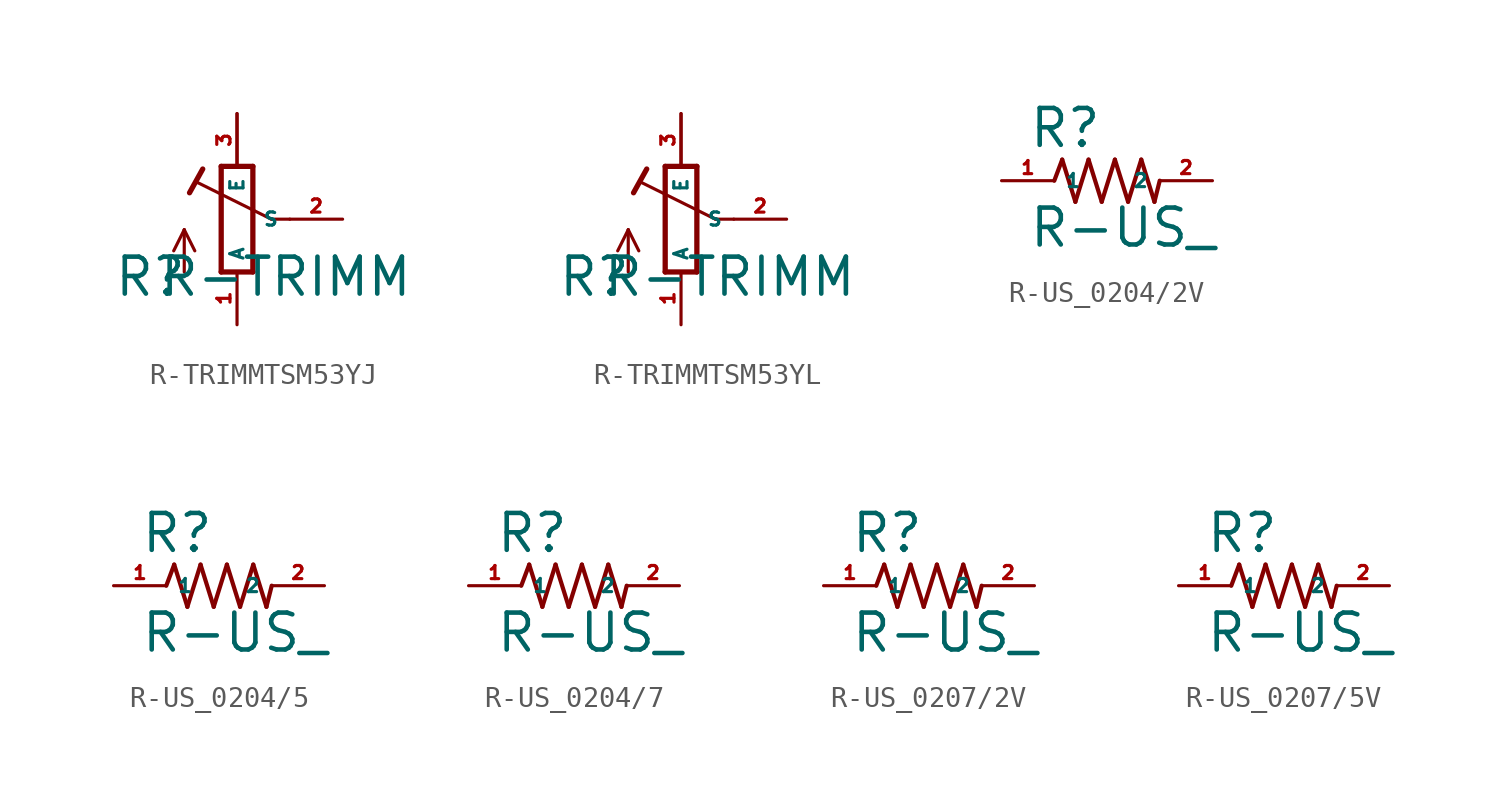
<source format=kicad_sym>
(kicad_symbol_lib
  (version 20220914)
  (generator Eagle2Kicad)
  (symbol "R-TRIMMTSM53YJ"
    (property "Reference" "R"
      (at -5.969 -3.81 0)
      (effects (font (size 1.778 1.778) (thickness 0.22)) (justify left bottom)))
    (property "Value" "R-TRIMM"
      (at -3.81 -3.81 0)
      (effects (font (size 1.778 1.778) (thickness 0.22)) (justify left bottom)))
    (polyline
      (pts (xy 0.762 2.54) (xy 0 2.54))
      (stroke (width 0.254) (type default))
      (fill (type none)))
    (polyline
      (pts (xy -0.762 2.54) (xy -0.762 -2.54))
      (stroke (width 0.254) (type default))
      (fill (type none)))
    (polyline
      (pts (xy 0.762 -2.54) (xy 0.762 2.54))
      (stroke (width 0.254) (type default))
      (fill (type none)))
    (polyline
      (pts (xy 2.54 0) (xy 1.651 0))
      (stroke (width 0.152) (type default))
      (fill (type none)))
    (polyline
      (pts (xy 1.651 0) (xy -1.88 1.753))
      (stroke (width 0.152) (type default))
      (fill (type none)))
    (polyline
      (pts (xy 0 2.54) (xy 0 5.08))
      (stroke (width 0.152) (type default))
      (fill (type none)))
    (polyline
      (pts (xy 0 2.54) (xy -0.762 2.54))
      (stroke (width 0.254) (type default))
      (fill (type none)))
    (polyline
      (pts (xy -0.762 -2.54) (xy 0.762 -2.54))
      (stroke (width 0.254) (type default))
      (fill (type none)))
    (polyline
      (pts (xy -2.286 1.27) (xy -1.651 2.413))
      (stroke (width 0.254) (type default))
      (fill (type none)))
    (polyline
      (pts (xy -2.54 -2.54) (xy -2.54 -0.508))
      (stroke (width 0.152) (type default))
      (fill (type none)))
    (polyline
      (pts (xy -2.54 -0.508) (xy -3.048 -1.524))
      (stroke (width 0.152) (type default))
      (fill (type none)))
    (polyline
      (pts (xy -2.54 -0.508) (xy -2.032 -1.524))
      (stroke (width 0.152) (type default))
      (fill (type none)))
    (pin passive line
      (at 0 -5.08 90)
      (length 2.54)
      (name "A" (effects (font (size 0.635 0.635) (thickness 0.08)) (justify left bottom)))
      (number "1" (effects (font (size 0.635 0.635) (thickness 0.08)) (justify left bottom))))
    (pin passive line
      (at 0 5.08 270)
      (length 2.54)
      (name "E" (effects (font (size 0.635 0.635) (thickness 0.08)) (justify left bottom)))
      (number "3" (effects (font (size 0.635 0.635) (thickness 0.08)) (justify left bottom))))
    (pin passive line
      (at 5.08 0 180)
      (length 2.54)
      (name "S" (effects (font (size 0.635 0.635) (thickness 0.08)) (justify left bottom)))
      (number "2" (effects (font (size 0.635 0.635) (thickness 0.08)) (justify left bottom)))))
  (symbol "R-TRIMMTSM53YL"
    (property "Reference" "R"
      (at -5.969 -3.81 0)
      (effects (font (size 1.778 1.778) (thickness 0.22)) (justify left bottom)))
    (property "Value" "R-TRIMM"
      (at -3.81 -3.81 0)
      (effects (font (size 1.778 1.778) (thickness 0.22)) (justify left bottom)))
    (polyline
      (pts (xy 0.762 2.54) (xy 0 2.54))
      (stroke (width 0.254) (type default))
      (fill (type none)))
    (polyline
      (pts (xy -0.762 2.54) (xy -0.762 -2.54))
      (stroke (width 0.254) (type default))
      (fill (type none)))
    (polyline
      (pts (xy 0.762 -2.54) (xy 0.762 2.54))
      (stroke (width 0.254) (type default))
      (fill (type none)))
    (polyline
      (pts (xy 2.54 0) (xy 1.651 0))
      (stroke (width 0.152) (type default))
      (fill (type none)))
    (polyline
      (pts (xy 1.651 0) (xy -1.88 1.753))
      (stroke (width 0.152) (type default))
      (fill (type none)))
    (polyline
      (pts (xy 0 2.54) (xy 0 5.08))
      (stroke (width 0.152) (type default))
      (fill (type none)))
    (polyline
      (pts (xy 0 2.54) (xy -0.762 2.54))
      (stroke (width 0.254) (type default))
      (fill (type none)))
    (polyline
      (pts (xy -0.762 -2.54) (xy 0.762 -2.54))
      (stroke (width 0.254) (type default))
      (fill (type none)))
    (polyline
      (pts (xy -2.286 1.27) (xy -1.651 2.413))
      (stroke (width 0.254) (type default))
      (fill (type none)))
    (polyline
      (pts (xy -2.54 -2.54) (xy -2.54 -0.508))
      (stroke (width 0.152) (type default))
      (fill (type none)))
    (polyline
      (pts (xy -2.54 -0.508) (xy -3.048 -1.524))
      (stroke (width 0.152) (type default))
      (fill (type none)))
    (polyline
      (pts (xy -2.54 -0.508) (xy -2.032 -1.524))
      (stroke (width 0.152) (type default))
      (fill (type none)))
    (pin passive line
      (at 0 -5.08 90)
      (length 2.54)
      (name "A" (effects (font (size 0.635 0.635) (thickness 0.08)) (justify left bottom)))
      (number "1" (effects (font (size 0.635 0.635) (thickness 0.08)) (justify left bottom))))
    (pin passive line
      (at 0 5.08 270)
      (length 2.54)
      (name "E" (effects (font (size 0.635 0.635) (thickness 0.08)) (justify left bottom)))
      (number "3" (effects (font (size 0.635 0.635) (thickness 0.08)) (justify left bottom))))
    (pin passive line
      (at 5.08 0 180)
      (length 2.54)
      (name "S" (effects (font (size 0.635 0.635) (thickness 0.08)) (justify left bottom)))
      (number "2" (effects (font (size 0.635 0.635) (thickness 0.08)) (justify left bottom)))))
  (symbol "R-US_0204/2V"
    (property "Reference" "R"
      (at -3.81 1.499 0)
      (effects (font (size 1.778 1.778) (thickness 0.22)) (justify left bottom)))
    (property "Value" "R-US_"
      (at -3.81 -3.302 0)
      (effects (font (size 1.778 1.778) (thickness 0.22)) (justify left bottom)))
    (polyline
      (pts (xy -2.54 0) (xy -2.159 1.016))
      (stroke (width 0.203) (type default))
      (fill (type none)))
    (polyline
      (pts (xy -2.159 1.016) (xy -1.524 -1.016))
      (stroke (width 0.203) (type default))
      (fill (type none)))
    (polyline
      (pts (xy -1.524 -1.016) (xy -0.889 1.016))
      (stroke (width 0.203) (type default))
      (fill (type none)))
    (polyline
      (pts (xy -0.889 1.016) (xy -0.254 -1.016))
      (stroke (width 0.203) (type default))
      (fill (type none)))
    (polyline
      (pts (xy -0.254 -1.016) (xy 0.381 1.016))
      (stroke (width 0.203) (type default))
      (fill (type none)))
    (polyline
      (pts (xy 0.381 1.016) (xy 1.016 -1.016))
      (stroke (width 0.203) (type default))
      (fill (type none)))
    (polyline
      (pts (xy 1.016 -1.016) (xy 1.651 1.016))
      (stroke (width 0.203) (type default))
      (fill (type none)))
    (polyline
      (pts (xy 1.651 1.016) (xy 2.286 -1.016))
      (stroke (width 0.203) (type default))
      (fill (type none)))
    (polyline
      (pts (xy 2.286 -1.016) (xy 2.54 0))
      (stroke (width 0.203) (type default))
      (fill (type none)))
    (pin passive line
      (at 5.08 0 180)
      (length 2.54)
      (name "2" (effects (font (size 0.635 0.635) (thickness 0.08)) (justify left bottom)))
      (number "2" (effects (font (size 0.635 0.635) (thickness 0.08)) (justify left bottom))))
    (pin passive line
      (at -5.08 0 0)
      (length 2.54)
      (name "1" (effects (font (size 0.635 0.635) (thickness 0.08)) (justify left bottom)))
      (number "1" (effects (font (size 0.635 0.635) (thickness 0.08)) (justify left bottom)))))
  (symbol "R-US_0204/5"
    (property "Reference" "R"
      (at -3.81 1.499 0)
      (effects (font (size 1.778 1.778) (thickness 0.22)) (justify left bottom)))
    (property "Value" "R-US_"
      (at -3.81 -3.302 0)
      (effects (font (size 1.778 1.778) (thickness 0.22)) (justify left bottom)))
    (polyline
      (pts (xy -2.54 0) (xy -2.159 1.016))
      (stroke (width 0.203) (type default))
      (fill (type none)))
    (polyline
      (pts (xy -2.159 1.016) (xy -1.524 -1.016))
      (stroke (width 0.203) (type default))
      (fill (type none)))
    (polyline
      (pts (xy -1.524 -1.016) (xy -0.889 1.016))
      (stroke (width 0.203) (type default))
      (fill (type none)))
    (polyline
      (pts (xy -0.889 1.016) (xy -0.254 -1.016))
      (stroke (width 0.203) (type default))
      (fill (type none)))
    (polyline
      (pts (xy -0.254 -1.016) (xy 0.381 1.016))
      (stroke (width 0.203) (type default))
      (fill (type none)))
    (polyline
      (pts (xy 0.381 1.016) (xy 1.016 -1.016))
      (stroke (width 0.203) (type default))
      (fill (type none)))
    (polyline
      (pts (xy 1.016 -1.016) (xy 1.651 1.016))
      (stroke (width 0.203) (type default))
      (fill (type none)))
    (polyline
      (pts (xy 1.651 1.016) (xy 2.286 -1.016))
      (stroke (width 0.203) (type default))
      (fill (type none)))
    (polyline
      (pts (xy 2.286 -1.016) (xy 2.54 0))
      (stroke (width 0.203) (type default))
      (fill (type none)))
    (pin passive line
      (at 5.08 0 180)
      (length 2.54)
      (name "2" (effects (font (size 0.635 0.635) (thickness 0.08)) (justify left bottom)))
      (number "2" (effects (font (size 0.635 0.635) (thickness 0.08)) (justify left bottom))))
    (pin passive line
      (at -5.08 0 0)
      (length 2.54)
      (name "1" (effects (font (size 0.635 0.635) (thickness 0.08)) (justify left bottom)))
      (number "1" (effects (font (size 0.635 0.635) (thickness 0.08)) (justify left bottom)))))
  (symbol "R-US_0204/7"
    (property "Reference" "R"
      (at -3.81 1.499 0)
      (effects (font (size 1.778 1.778) (thickness 0.22)) (justify left bottom)))
    (property "Value" "R-US_"
      (at -3.81 -3.302 0)
      (effects (font (size 1.778 1.778) (thickness 0.22)) (justify left bottom)))
    (polyline
      (pts (xy -2.54 0) (xy -2.159 1.016))
      (stroke (width 0.203) (type default))
      (fill (type none)))
    (polyline
      (pts (xy -2.159 1.016) (xy -1.524 -1.016))
      (stroke (width 0.203) (type default))
      (fill (type none)))
    (polyline
      (pts (xy -1.524 -1.016) (xy -0.889 1.016))
      (stroke (width 0.203) (type default))
      (fill (type none)))
    (polyline
      (pts (xy -0.889 1.016) (xy -0.254 -1.016))
      (stroke (width 0.203) (type default))
      (fill (type none)))
    (polyline
      (pts (xy -0.254 -1.016) (xy 0.381 1.016))
      (stroke (width 0.203) (type default))
      (fill (type none)))
    (polyline
      (pts (xy 0.381 1.016) (xy 1.016 -1.016))
      (stroke (width 0.203) (type default))
      (fill (type none)))
    (polyline
      (pts (xy 1.016 -1.016) (xy 1.651 1.016))
      (stroke (width 0.203) (type default))
      (fill (type none)))
    (polyline
      (pts (xy 1.651 1.016) (xy 2.286 -1.016))
      (stroke (width 0.203) (type default))
      (fill (type none)))
    (polyline
      (pts (xy 2.286 -1.016) (xy 2.54 0))
      (stroke (width 0.203) (type default))
      (fill (type none)))
    (pin passive line
      (at 5.08 0 180)
      (length 2.54)
      (name "2" (effects (font (size 0.635 0.635) (thickness 0.08)) (justify left bottom)))
      (number "2" (effects (font (size 0.635 0.635) (thickness 0.08)) (justify left bottom))))
    (pin passive line
      (at -5.08 0 0)
      (length 2.54)
      (name "1" (effects (font (size 0.635 0.635) (thickness 0.08)) (justify left bottom)))
      (number "1" (effects (font (size 0.635 0.635) (thickness 0.08)) (justify left bottom)))))
  (symbol "R-US_0207/2V"
    (property "Reference" "R"
      (at -3.81 1.499 0)
      (effects (font (size 1.778 1.778) (thickness 0.22)) (justify left bottom)))
    (property "Value" "R-US_"
      (at -3.81 -3.302 0)
      (effects (font (size 1.778 1.778) (thickness 0.22)) (justify left bottom)))
    (polyline
      (pts (xy -2.54 0) (xy -2.159 1.016))
      (stroke (width 0.203) (type default))
      (fill (type none)))
    (polyline
      (pts (xy -2.159 1.016) (xy -1.524 -1.016))
      (stroke (width 0.203) (type default))
      (fill (type none)))
    (polyline
      (pts (xy -1.524 -1.016) (xy -0.889 1.016))
      (stroke (width 0.203) (type default))
      (fill (type none)))
    (polyline
      (pts (xy -0.889 1.016) (xy -0.254 -1.016))
      (stroke (width 0.203) (type default))
      (fill (type none)))
    (polyline
      (pts (xy -0.254 -1.016) (xy 0.381 1.016))
      (stroke (width 0.203) (type default))
      (fill (type none)))
    (polyline
      (pts (xy 0.381 1.016) (xy 1.016 -1.016))
      (stroke (width 0.203) (type default))
      (fill (type none)))
    (polyline
      (pts (xy 1.016 -1.016) (xy 1.651 1.016))
      (stroke (width 0.203) (type default))
      (fill (type none)))
    (polyline
      (pts (xy 1.651 1.016) (xy 2.286 -1.016))
      (stroke (width 0.203) (type default))
      (fill (type none)))
    (polyline
      (pts (xy 2.286 -1.016) (xy 2.54 0))
      (stroke (width 0.203) (type default))
      (fill (type none)))
    (pin passive line
      (at 5.08 0 180)
      (length 2.54)
      (name "2" (effects (font (size 0.635 0.635) (thickness 0.08)) (justify left bottom)))
      (number "2" (effects (font (size 0.635 0.635) (thickness 0.08)) (justify left bottom))))
    (pin passive line
      (at -5.08 0 0)
      (length 2.54)
      (name "1" (effects (font (size 0.635 0.635) (thickness 0.08)) (justify left bottom)))
      (number "1" (effects (font (size 0.635 0.635) (thickness 0.08)) (justify left bottom)))))
  (symbol "R-US_0207/5V"
    (property "Reference" "R"
      (at -3.81 1.499 0)
      (effects (font (size 1.778 1.778) (thickness 0.22)) (justify left bottom)))
    (property "Value" "R-US_"
      (at -3.81 -3.302 0)
      (effects (font (size 1.778 1.778) (thickness 0.22)) (justify left bottom)))
    (polyline
      (pts (xy -2.54 0) (xy -2.159 1.016))
      (stroke (width 0.203) (type default))
      (fill (type none)))
    (polyline
      (pts (xy -2.159 1.016) (xy -1.524 -1.016))
      (stroke (width 0.203) (type default))
      (fill (type none)))
    (polyline
      (pts (xy -1.524 -1.016) (xy -0.889 1.016))
      (stroke (width 0.203) (type default))
      (fill (type none)))
    (polyline
      (pts (xy -0.889 1.016) (xy -0.254 -1.016))
      (stroke (width 0.203) (type default))
      (fill (type none)))
    (polyline
      (pts (xy -0.254 -1.016) (xy 0.381 1.016))
      (stroke (width 0.203) (type default))
      (fill (type none)))
    (polyline
      (pts (xy 0.381 1.016) (xy 1.016 -1.016))
      (stroke (width 0.203) (type default))
      (fill (type none)))
    (polyline
      (pts (xy 1.016 -1.016) (xy 1.651 1.016))
      (stroke (width 0.203) (type default))
      (fill (type none)))
    (polyline
      (pts (xy 1.651 1.016) (xy 2.286 -1.016))
      (stroke (width 0.203) (type default))
      (fill (type none)))
    (polyline
      (pts (xy 2.286 -1.016) (xy 2.54 0))
      (stroke (width 0.203) (type default))
      (fill (type none)))
    (pin passive line
      (at 5.08 0 180)
      (length 2.54)
      (name "2" (effects (font (size 0.635 0.635) (thickness 0.08)) (justify left bottom)))
      (number "2" (effects (font (size 0.635 0.635) (thickness 0.08)) (justify left bottom))))
    (pin passive line
      (at -5.08 0 0)
      (length 2.54)
      (name "1" (effects (font (size 0.635 0.635) (thickness 0.08)) (justify left bottom)))
      (number "1" (effects (font (size 0.635 0.635) (thickness 0.08)) (justify left bottom))))))
</source>
